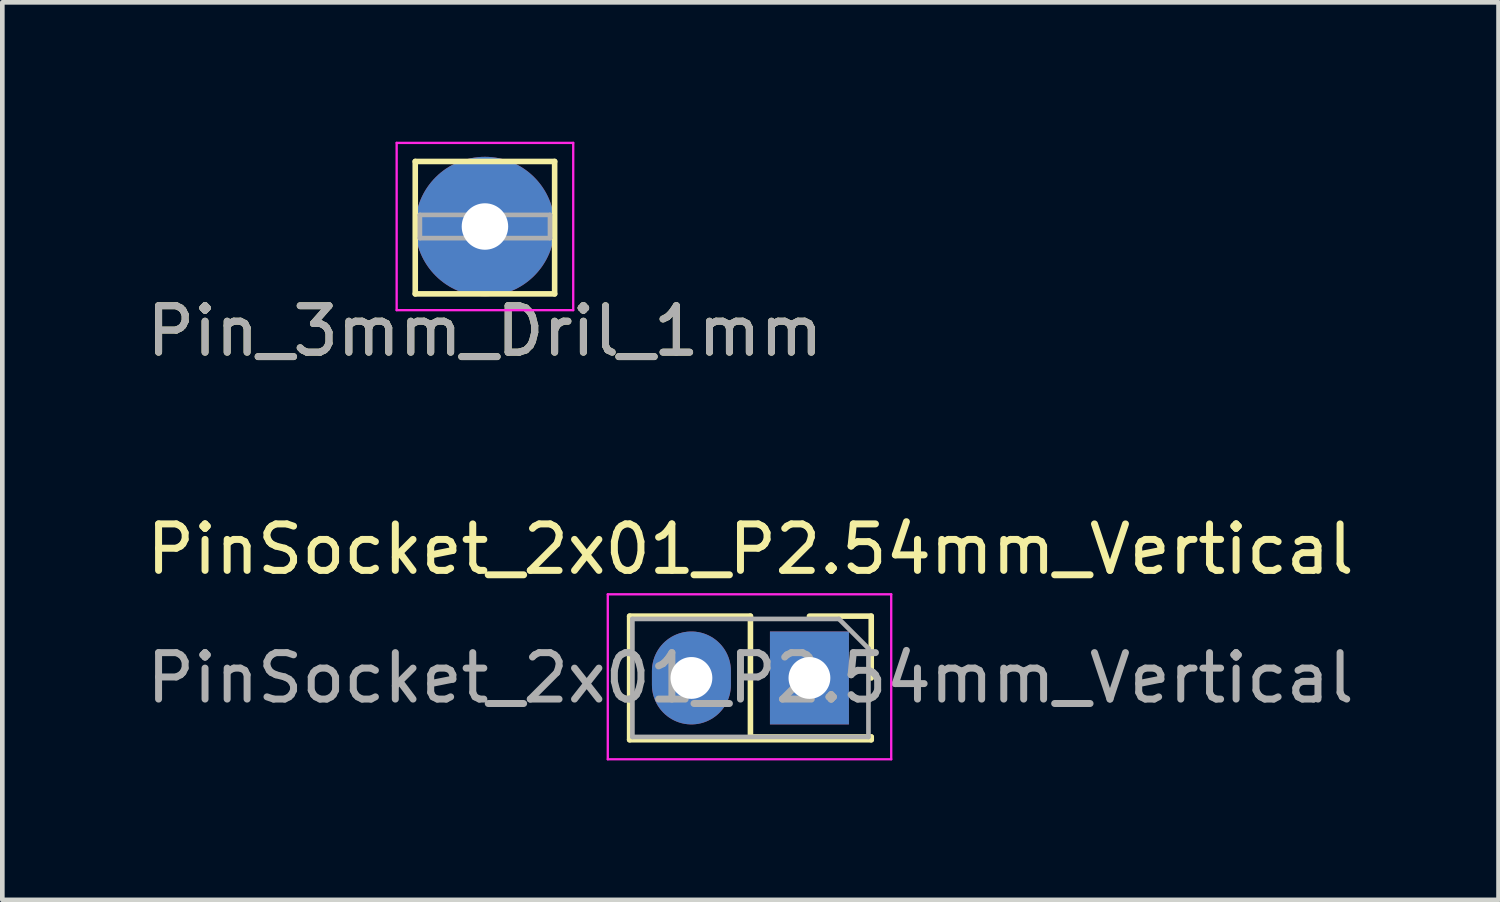
<source format=kicad_pcb>
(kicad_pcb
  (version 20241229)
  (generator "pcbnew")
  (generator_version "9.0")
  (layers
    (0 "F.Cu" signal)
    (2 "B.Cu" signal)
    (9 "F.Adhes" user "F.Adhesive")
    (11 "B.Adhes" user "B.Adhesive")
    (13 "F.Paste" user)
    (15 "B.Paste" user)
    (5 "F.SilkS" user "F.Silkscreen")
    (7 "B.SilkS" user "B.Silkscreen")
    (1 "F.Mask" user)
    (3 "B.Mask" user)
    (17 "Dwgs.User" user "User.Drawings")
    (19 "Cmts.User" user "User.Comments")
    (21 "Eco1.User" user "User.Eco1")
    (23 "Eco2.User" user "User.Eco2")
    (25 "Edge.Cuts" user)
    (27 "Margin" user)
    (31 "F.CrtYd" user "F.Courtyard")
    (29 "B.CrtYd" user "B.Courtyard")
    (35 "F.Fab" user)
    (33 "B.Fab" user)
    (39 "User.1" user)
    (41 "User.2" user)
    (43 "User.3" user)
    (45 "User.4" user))
  (footprint "PinSocket_2x01_P2.54mm_Vertical"
    (layer "F.Cu")
    (at 14.371 11.541)
    (property "Reference" "PinSocket_2x01_P2.54mm_Vertical" (at -1.27 -2.77 0) (layer "F.SilkS") (effects (font (size 1 1) (thickness 0.15))))
    (attr through_hole)
    (fp_line (start -3.87 -1.33) (end -3.87 1.33) (stroke (width 0.12) (type solid)) (layer "F.SilkS"))
    (fp_line (start -3.87 -1.33) (end -1.27 -1.33) (stroke (width 0.12) (type solid)) (layer "F.SilkS"))
    (fp_line (start -3.87 1.33) (end 1.33 1.33) (stroke (width 0.12) (type solid)) (layer "F.SilkS"))
    (fp_line (start -1.27 -1.33) (end -1.27 1.27) (stroke (width 0.12) (type solid)) (layer "F.SilkS"))
    (fp_line (start -1.27 1.27) (end 1.33 1.27) (stroke (width 0.12) (type solid)) (layer "F.SilkS"))
    (fp_line (start 0 -1.33) (end 1.33 -1.33) (stroke (width 0.12) (type solid)) (layer "F.SilkS"))
    (fp_line (start 1.33 -1.33) (end 1.33 0) (stroke (width 0.12) (type solid)) (layer "F.SilkS"))
    (fp_line (start 1.33 1.27) (end 1.33 1.33) (stroke (width 0.12) (type solid)) (layer "F.SilkS"))
    (fp_line (start -4.34 -1.8) (end 1.76 -1.8) (stroke (width 0.05) (type solid)) (layer "F.CrtYd"))
    (fp_line (start -4.34 1.75) (end -4.34 -1.8) (stroke (width 0.05) (type solid)) (layer "F.CrtYd"))
    (fp_line (start 1.76 -1.8) (end 1.76 1.75) (stroke (width 0.05) (type solid)) (layer "F.CrtYd"))
    (fp_line (start 1.76 1.75) (end -4.34 1.75) (stroke (width 0.05) (type solid)) (layer "F.CrtYd"))
    (fp_line (start -3.81 -1.27) (end 0.635 -1.27) (stroke (width 0.1) (type solid)) (layer "F.Fab"))
    (fp_line (start -3.81 1.27) (end -3.81 -1.27) (stroke (width 0.1) (type solid)) (layer "F.Fab"))
    (fp_line (start 0.635 -1.27) (end 1.27 -0.635) (stroke (width 0.1) (type solid)) (layer "F.Fab"))
    (fp_line (start 1.27 -0.635) (end 1.27 1.27) (stroke (width 0.1) (type solid)) (layer "F.Fab"))
    (fp_line (start 1.27 1.27) (end -3.81 1.27) (stroke (width 0.1) (type solid)) (layer "F.Fab"))
    (fp_text user "${REFERENCE}" (at -1.27 0 0) (layer "F.Fab") (effects (font (size 1 1) (thickness 0.15))))
    (pad "1" thru_hole rect (at 0 0) (size 1.7 2) (drill 0.9) (layers "*.Cu" "*.Mask"))
    (pad "2" thru_hole oval (at -2.54 0) (size 1.7 2) (drill 0.9) (layers "*.Cu" "*.Mask")))
  (footprint "Pin_3mm_Dril_1mm"
    (layer "F.Cu")
    (at 7.387 1.825)
    (property "Reference" "Pin_3mm_Dril_1mm" (at 0 2.25 0) (layer "F.SilkS") (effects (font (size 1 1) (thickness 0.15))))
    (attr through_hole)
    (fp_line (start -1.5 -1.4) (end -1.5 1.45) (stroke (width 0.12) (type solid)) (layer "F.SilkS"))
    (fp_line (start -1.5 -1.4) (end 1.5 -1.4) (stroke (width 0.12) (type solid)) (layer "F.SilkS"))
    (fp_line (start -1.5 1.45) (end 1.5 1.45) (stroke (width 0.12) (type solid)) (layer "F.SilkS"))
    (fp_line (start 1.5 -1.4) (end 1.5 1.45) (stroke (width 0.12) (type solid)) (layer "F.SilkS"))
    (fp_line (start -1.9 -1.8) (end -1.9 1.8) (stroke (width 0.05) (type solid)) (layer "F.CrtYd"))
    (fp_line (start -1.9 -1.8) (end 1.9 -1.8) (stroke (width 0.05) (type solid)) (layer "F.CrtYd"))
    (fp_line (start 1.9 1.8) (end -1.9 1.8) (stroke (width 0.05) (type solid)) (layer "F.CrtYd"))
    (fp_line (start 1.9 1.8) (end 1.9 -1.8) (stroke (width 0.05) (type solid)) (layer "F.CrtYd"))
    (fp_line (start -1.4 -0.25) (end 1.4 -0.25) (stroke (width 0.1) (type solid)) (layer "F.Fab"))
    (fp_line (start -1.4 0.25) (end -1.4 -0.25) (stroke (width 0.1) (type solid)) (layer "F.Fab"))
    (fp_line (start 1.4 -0.25) (end 1.4 0.25) (stroke (width 0.1) (type solid)) (layer "F.Fab"))
    (fp_line (start 1.4 0.25) (end -1.4 0.25) (stroke (width 0.1) (type solid)) (layer "F.Fab"))
    (fp_text user "${REFERENCE}" (at 0 2.25 0) (layer "F.Fab") (effects (font (size 1 1) (thickness 0.15))))
    (pad "1" thru_hole circle (at 0 0) (size 3 3) (drill 1) (layers "*.Cu" "*.Mask")))
  (gr_rect
    (start -3 -3)
    (end 29.202 16.317)
    (stroke (width 0.1) (type default))
    (fill no)
    (layer "Edge.Cuts")))
</source>
